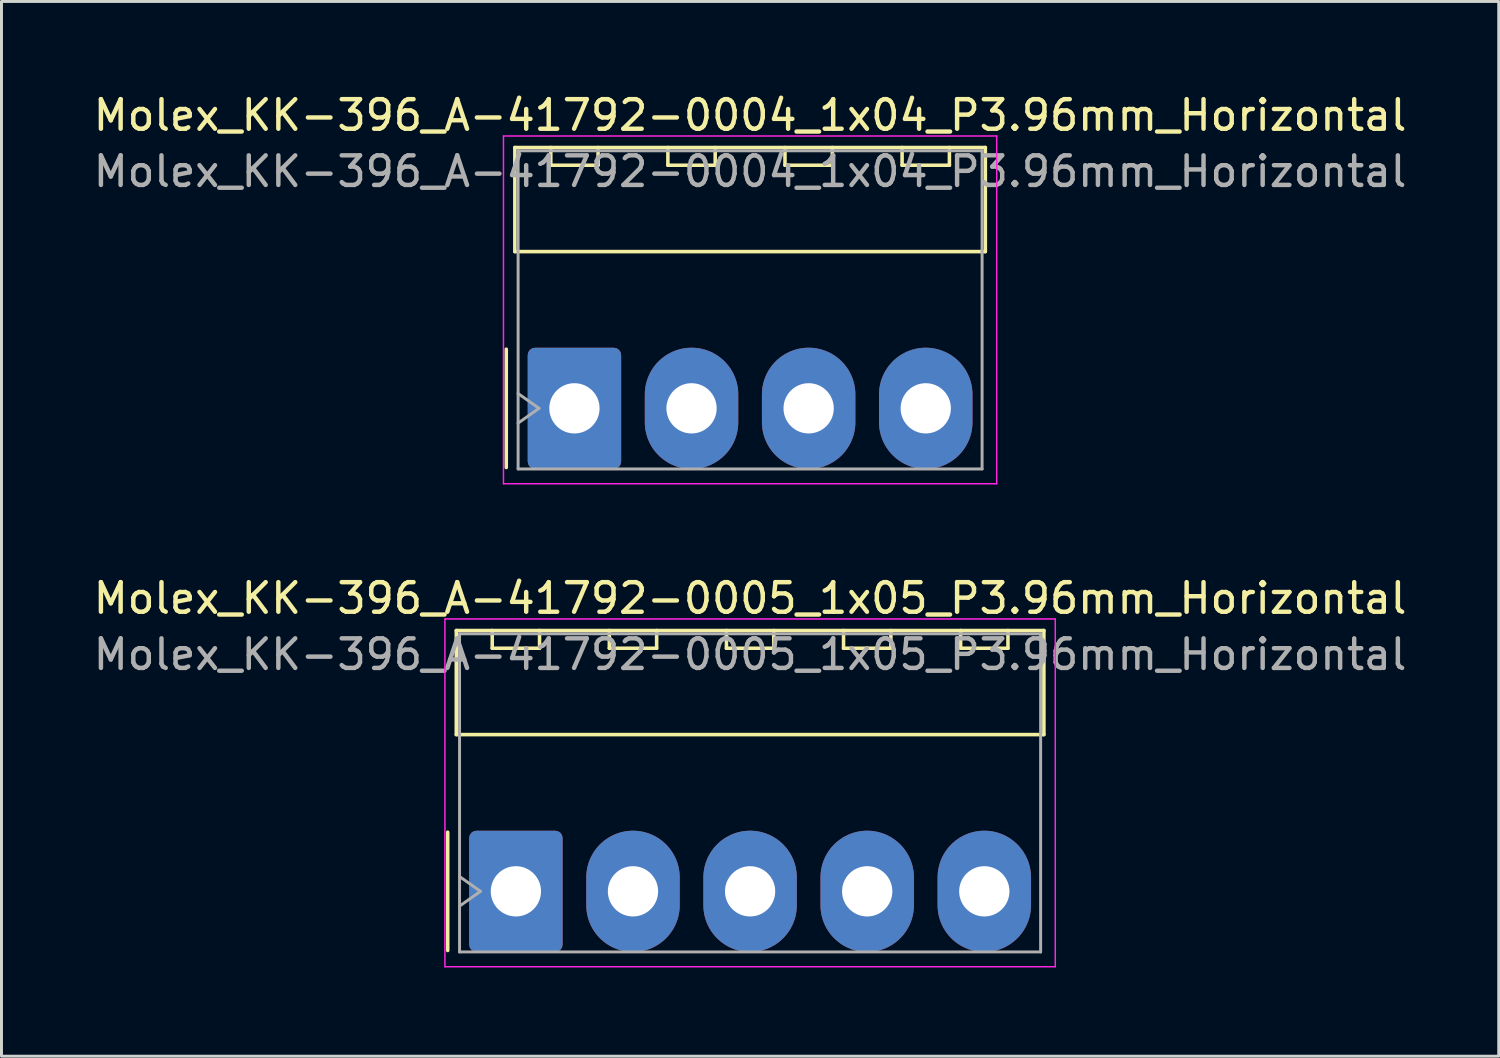
<source format=kicad_pcb>
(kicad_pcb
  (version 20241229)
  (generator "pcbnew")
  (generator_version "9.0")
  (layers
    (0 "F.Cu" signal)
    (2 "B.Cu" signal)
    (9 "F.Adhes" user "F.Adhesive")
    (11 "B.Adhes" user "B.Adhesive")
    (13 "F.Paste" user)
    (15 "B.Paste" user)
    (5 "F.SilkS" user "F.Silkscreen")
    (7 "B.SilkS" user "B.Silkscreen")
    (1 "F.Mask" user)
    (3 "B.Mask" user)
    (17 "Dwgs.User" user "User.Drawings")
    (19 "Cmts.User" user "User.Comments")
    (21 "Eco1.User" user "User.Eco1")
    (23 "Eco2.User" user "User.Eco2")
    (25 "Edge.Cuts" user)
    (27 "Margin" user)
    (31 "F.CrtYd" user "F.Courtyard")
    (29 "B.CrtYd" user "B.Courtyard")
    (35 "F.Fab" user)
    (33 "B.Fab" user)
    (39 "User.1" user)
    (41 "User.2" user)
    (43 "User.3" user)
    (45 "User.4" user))
  (footprint "Molex_KK-396_A-41792-0005_1x05_P3.96mm_Horizontal"
    (layer "F.Cu")
    (at 14.395 27.091)
    (property "Reference" "Molex_KK-396_A-41792-0005_1x05_P3.96mm_Horizontal" (at 7.92 -9.91 0) (layer "F.SilkS") (effects (font (size 1 1) (thickness 0.15))))
    (attr through_hole)
    (fp_line (start -2.305 -2) (end -2.305 2) (stroke (width 0.12) (type solid)) (layer "F.SilkS"))
    (fp_line (start -2.015 -8.82) (end 17.855 -8.82) (stroke (width 0.12) (type solid)) (layer "F.SilkS"))
    (fp_line (start -2.015 -5.3) (end -2.015 -8.82) (stroke (width 0.12) (type solid)) (layer "F.SilkS"))
    (fp_line (start -0.8 -8.82) (end -0.8 -8.22) (stroke (width 0.12) (type solid)) (layer "F.SilkS"))
    (fp_line (start -0.8 -8.22) (end 0.8 -8.22) (stroke (width 0.12) (type solid)) (layer "F.SilkS"))
    (fp_line (start 0.8 -8.22) (end 0.8 -8.82) (stroke (width 0.12) (type solid)) (layer "F.SilkS"))
    (fp_line (start 3.16 -8.82) (end 3.16 -8.22) (stroke (width 0.12) (type solid)) (layer "F.SilkS"))
    (fp_line (start 3.16 -8.22) (end 4.76 -8.22) (stroke (width 0.12) (type solid)) (layer "F.SilkS"))
    (fp_line (start 4.76 -8.22) (end 4.76 -8.82) (stroke (width 0.12) (type solid)) (layer "F.SilkS"))
    (fp_line (start 7.12 -8.82) (end 7.12 -8.22) (stroke (width 0.12) (type solid)) (layer "F.SilkS"))
    (fp_line (start 7.12 -8.22) (end 8.72 -8.22) (stroke (width 0.12) (type solid)) (layer "F.SilkS"))
    (fp_line (start 8.72 -8.22) (end 8.72 -8.82) (stroke (width 0.12) (type solid)) (layer "F.SilkS"))
    (fp_line (start 11.08 -8.82) (end 11.08 -8.22) (stroke (width 0.12) (type solid)) (layer "F.SilkS"))
    (fp_line (start 11.08 -8.22) (end 12.68 -8.22) (stroke (width 0.12) (type solid)) (layer "F.SilkS"))
    (fp_line (start 12.68 -8.22) (end 12.68 -8.82) (stroke (width 0.12) (type solid)) (layer "F.SilkS"))
    (fp_line (start 15.04 -8.82) (end 15.04 -8.22) (stroke (width 0.12) (type solid)) (layer "F.SilkS"))
    (fp_line (start 15.04 -8.22) (end 16.64 -8.22) (stroke (width 0.12) (type solid)) (layer "F.SilkS"))
    (fp_line (start 16.64 -8.22) (end 16.64 -8.82) (stroke (width 0.12) (type solid)) (layer "F.SilkS"))
    (fp_line (start 17.855 -8.82) (end 17.855 -5.3) (stroke (width 0.12) (type solid)) (layer "F.SilkS"))
    (fp_line (start 17.855 -5.3) (end -2.015 -5.3) (stroke (width 0.12) (type solid)) (layer "F.SilkS"))
    (fp_line (start -2.4 -9.21) (end -2.4 2.55) (stroke (width 0.05) (type solid)) (layer "F.CrtYd"))
    (fp_line (start -2.4 2.55) (end 18.24 2.55) (stroke (width 0.05) (type solid)) (layer "F.CrtYd"))
    (fp_line (start 18.24 -9.21) (end -2.4 -9.21) (stroke (width 0.05) (type solid)) (layer "F.CrtYd"))
    (fp_line (start 18.24 2.55) (end 18.24 -9.21) (stroke (width 0.05) (type solid)) (layer "F.CrtYd"))
    (fp_line (start -1.905 -8.71) (end 17.745 -8.71) (stroke (width 0.1) (type solid)) (layer "F.Fab"))
    (fp_line (start -1.905 -0.5) (end -1.198 0) (stroke (width 0.1) (type solid)) (layer "F.Fab"))
    (fp_line (start -1.905 2.05) (end -1.905 -8.71) (stroke (width 0.1) (type solid)) (layer "F.Fab"))
    (fp_line (start -1.198 0) (end -1.905 0.5) (stroke (width 0.1) (type solid)) (layer "F.Fab"))
    (fp_line (start 17.745 -8.71) (end 17.745 2.05) (stroke (width 0.1) (type solid)) (layer "F.Fab"))
    (fp_line (start 17.745 2.05) (end -1.905 2.05) (stroke (width 0.1) (type solid)) (layer "F.Fab"))
    (fp_text user "${REFERENCE}" (at 7.92 -8.01 0) (layer "F.Fab") (effects (font (size 1 1) (thickness 0.15))))
    (pad "1" thru_hole roundrect (at 0 0) (size 3.16 4.1) (drill 1.7) (layers "*.Cu" "*.Mask") (roundrect_rratio 0.079))
    (pad "2" thru_hole oval (at 3.96 0) (size 3.16 4.1) (drill 1.7) (layers "*.Cu" "*.Mask"))
    (pad "3" thru_hole oval (at 7.92 0) (size 3.16 4.1) (drill 1.7) (layers "*.Cu" "*.Mask"))
    (pad "4" thru_hole oval (at 11.88 0) (size 3.16 4.1) (drill 1.7) (layers "*.Cu" "*.Mask"))
    (pad "5" thru_hole oval (at 15.84 0) (size 3.16 4.1) (drill 1.7) (layers "*.Cu" "*.Mask")))
  (footprint "Molex_KK-396_A-41792-0004_1x04_P3.96mm_Horizontal"
    (layer "F.Cu")
    (at 16.375 10.758)
    (property "Reference" "Molex_KK-396_A-41792-0004_1x04_P3.96mm_Horizontal" (at 5.94 -9.91 0) (layer "F.SilkS") (effects (font (size 1 1) (thickness 0.15))))
    (attr through_hole)
    (fp_line (start -2.305 -2) (end -2.305 2) (stroke (width 0.12) (type solid)) (layer "F.SilkS"))
    (fp_line (start -2.015 -8.82) (end 13.895 -8.82) (stroke (width 0.12) (type solid)) (layer "F.SilkS"))
    (fp_line (start -2.015 -5.3) (end -2.015 -8.82) (stroke (width 0.12) (type solid)) (layer "F.SilkS"))
    (fp_line (start -0.8 -8.82) (end -0.8 -8.22) (stroke (width 0.12) (type solid)) (layer "F.SilkS"))
    (fp_line (start -0.8 -8.22) (end 0.8 -8.22) (stroke (width 0.12) (type solid)) (layer "F.SilkS"))
    (fp_line (start 0.8 -8.22) (end 0.8 -8.82) (stroke (width 0.12) (type solid)) (layer "F.SilkS"))
    (fp_line (start 3.16 -8.82) (end 3.16 -8.22) (stroke (width 0.12) (type solid)) (layer "F.SilkS"))
    (fp_line (start 3.16 -8.22) (end 4.76 -8.22) (stroke (width 0.12) (type solid)) (layer "F.SilkS"))
    (fp_line (start 4.76 -8.22) (end 4.76 -8.82) (stroke (width 0.12) (type solid)) (layer "F.SilkS"))
    (fp_line (start 7.12 -8.82) (end 7.12 -8.22) (stroke (width 0.12) (type solid)) (layer "F.SilkS"))
    (fp_line (start 7.12 -8.22) (end 8.72 -8.22) (stroke (width 0.12) (type solid)) (layer "F.SilkS"))
    (fp_line (start 8.72 -8.22) (end 8.72 -8.82) (stroke (width 0.12) (type solid)) (layer "F.SilkS"))
    (fp_line (start 11.08 -8.82) (end 11.08 -8.22) (stroke (width 0.12) (type solid)) (layer "F.SilkS"))
    (fp_line (start 11.08 -8.22) (end 12.68 -8.22) (stroke (width 0.12) (type solid)) (layer "F.SilkS"))
    (fp_line (start 12.68 -8.22) (end 12.68 -8.82) (stroke (width 0.12) (type solid)) (layer "F.SilkS"))
    (fp_line (start 13.895 -8.82) (end 13.895 -5.3) (stroke (width 0.12) (type solid)) (layer "F.SilkS"))
    (fp_line (start 13.895 -5.3) (end -2.015 -5.3) (stroke (width 0.12) (type solid)) (layer "F.SilkS"))
    (fp_line (start -2.4 -9.21) (end -2.4 2.55) (stroke (width 0.05) (type solid)) (layer "F.CrtYd"))
    (fp_line (start -2.4 2.55) (end 14.28 2.55) (stroke (width 0.05) (type solid)) (layer "F.CrtYd"))
    (fp_line (start 14.28 -9.21) (end -2.4 -9.21) (stroke (width 0.05) (type solid)) (layer "F.CrtYd"))
    (fp_line (start 14.28 2.55) (end 14.28 -9.21) (stroke (width 0.05) (type solid)) (layer "F.CrtYd"))
    (fp_line (start -1.905 -8.71) (end 13.785 -8.71) (stroke (width 0.1) (type solid)) (layer "F.Fab"))
    (fp_line (start -1.905 -0.5) (end -1.198 0) (stroke (width 0.1) (type solid)) (layer "F.Fab"))
    (fp_line (start -1.905 2.05) (end -1.905 -8.71) (stroke (width 0.1) (type solid)) (layer "F.Fab"))
    (fp_line (start -1.198 0) (end -1.905 0.5) (stroke (width 0.1) (type solid)) (layer "F.Fab"))
    (fp_line (start 13.785 -8.71) (end 13.785 2.05) (stroke (width 0.1) (type solid)) (layer "F.Fab"))
    (fp_line (start 13.785 2.05) (end -1.905 2.05) (stroke (width 0.1) (type solid)) (layer "F.Fab"))
    (fp_text user "${REFERENCE}" (at 5.94 -8.01 0) (layer "F.Fab") (effects (font (size 1 1) (thickness 0.15))))
    (pad "1" thru_hole roundrect (at 0 0) (size 3.16 4.1) (drill 1.7) (layers "*.Cu" "*.Mask") (roundrect_rratio 0.079))
    (pad "2" thru_hole oval (at 3.96 0) (size 3.16 4.1) (drill 1.7) (layers "*.Cu" "*.Mask"))
    (pad "3" thru_hole oval (at 7.92 0) (size 3.16 4.1) (drill 1.7) (layers "*.Cu" "*.Mask"))
    (pad "4" thru_hole oval (at 11.88 0) (size 3.16 4.1) (drill 1.7) (layers "*.Cu" "*.Mask")))
  (gr_rect
    (start -3 -3)
    (end 47.631 32.666)
    (stroke (width 0.1) (type default))
    (fill no)
    (layer "Edge.Cuts")))
</source>
